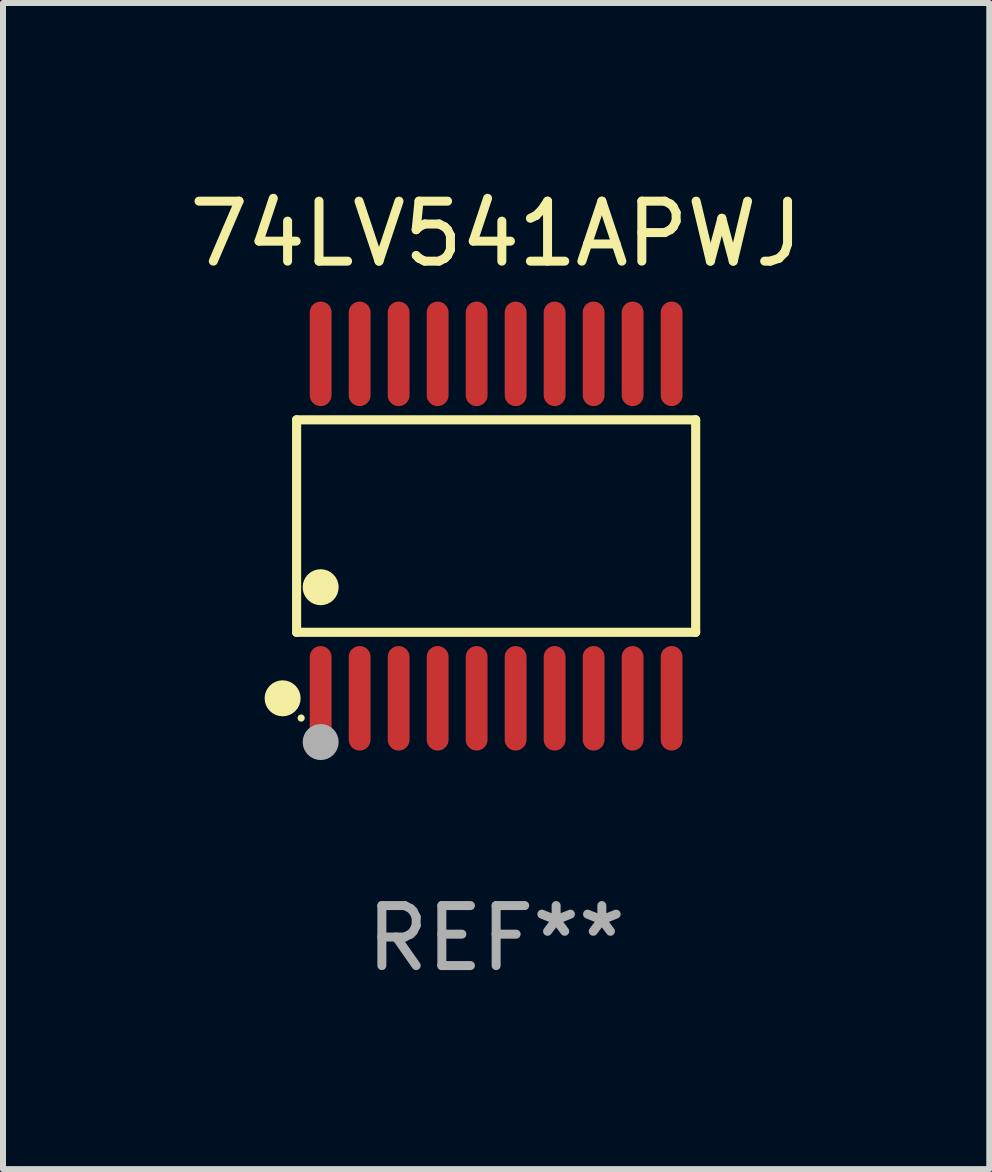
<source format=kicad_pcb>
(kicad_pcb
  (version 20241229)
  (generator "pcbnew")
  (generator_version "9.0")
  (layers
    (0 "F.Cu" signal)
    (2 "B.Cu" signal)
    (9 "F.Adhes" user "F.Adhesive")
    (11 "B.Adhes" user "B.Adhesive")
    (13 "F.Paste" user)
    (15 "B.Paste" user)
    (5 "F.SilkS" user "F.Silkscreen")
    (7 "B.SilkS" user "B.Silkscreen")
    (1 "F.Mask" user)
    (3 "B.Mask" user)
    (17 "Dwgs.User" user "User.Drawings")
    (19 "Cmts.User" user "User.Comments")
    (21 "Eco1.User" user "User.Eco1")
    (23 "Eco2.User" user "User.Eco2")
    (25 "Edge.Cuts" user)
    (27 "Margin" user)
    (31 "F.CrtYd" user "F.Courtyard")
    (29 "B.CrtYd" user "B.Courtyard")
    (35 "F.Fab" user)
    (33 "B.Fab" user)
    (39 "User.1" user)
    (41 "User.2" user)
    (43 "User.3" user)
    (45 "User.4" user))
  (footprint "74LV541APWJ"
    (layer "F.Cu")
    (at 5.22 5.719)
    (property "Reference" "74LV541APWJ" (at 0 -4.871 0) (layer "F.SilkS") (effects (font (size 1 1) (thickness 0.15))))
    (attr through_hole)
    (fp_line (start -3.326 -1.771) (end 3.326 -1.771) (stroke (width 0.152) (type solid)) (layer "F.SilkS"))
    (fp_line (start -3.326 1.771) (end -3.326 -1.771) (stroke (width 0.152) (type solid)) (layer "F.SilkS"))
    (fp_line (start 3.326 -1.771) (end 3.326 1.771) (stroke (width 0.152) (type solid)) (layer "F.SilkS"))
    (fp_line (start 3.326 1.771) (end -3.326 1.771) (stroke (width 0.152) (type solid)) (layer "F.SilkS"))
    (fp_circle (center -3.559 2.871) (end -3.409 2.871) (stroke (width 0.3) (type solid)) (fill no) (layer "F.SilkS"))
    (fp_circle (center -3.25 3.2) (end -3.22 3.2) (stroke (width 0.06) (type solid)) (fill no) (layer "F.SilkS"))
    (fp_circle (center -2.925 1.019) (end -2.775 1.019) (stroke (width 0.3) (type solid)) (fill no) (layer "F.SilkS"))
    (fp_circle (center -2.925 3.6) (end -2.775 3.6) (stroke (width 0.3) (type solid)) (fill no) (layer "F.Fab"))
    (fp_text user "REF**" (at 0 6.871 0) (layer "F.Fab") (effects (font (size 1 1) (thickness 0.15))))
    (pad "1" smd oval (at -2.925 2.871) (size 0.364 1.742) (layers "F.Cu" "F.Mask" "F.Paste"))
    (pad "2" smd oval (at -2.275 2.871) (size 0.364 1.742) (layers "F.Cu" "F.Mask" "F.Paste"))
    (pad "3" smd oval (at -1.625 2.871) (size 0.364 1.742) (layers "F.Cu" "F.Mask" "F.Paste"))
    (pad "4" smd oval (at -0.975 2.871) (size 0.364 1.742) (layers "F.Cu" "F.Mask" "F.Paste"))
    (pad "5" smd oval (at -0.325 2.871) (size 0.364 1.742) (layers "F.Cu" "F.Mask" "F.Paste"))
    (pad "6" smd oval (at 0.325 2.871) (size 0.364 1.742) (layers "F.Cu" "F.Mask" "F.Paste"))
    (pad "7" smd oval (at 0.975 2.871) (size 0.364 1.742) (layers "F.Cu" "F.Mask" "F.Paste"))
    (pad "8" smd oval (at 1.625 2.871) (size 0.364 1.742) (layers "F.Cu" "F.Mask" "F.Paste"))
    (pad "9" smd oval (at 2.275 2.871) (size 0.364 1.742) (layers "F.Cu" "F.Mask" "F.Paste"))
    (pad "10" smd oval (at 2.925 2.871) (size 0.364 1.742) (layers "F.Cu" "F.Mask" "F.Paste"))
    (pad "11" smd oval (at 2.925 -2.871) (size 0.364 1.742) (layers "F.Cu" "F.Mask" "F.Paste"))
    (pad "12" smd oval (at 2.275 -2.871) (size 0.364 1.742) (layers "F.Cu" "F.Mask" "F.Paste"))
    (pad "13" smd oval (at 1.625 -2.871) (size 0.364 1.742) (layers "F.Cu" "F.Mask" "F.Paste"))
    (pad "14" smd oval (at 0.975 -2.871) (size 0.364 1.742) (layers "F.Cu" "F.Mask" "F.Paste"))
    (pad "15" smd oval (at 0.325 -2.871) (size 0.364 1.742) (layers "F.Cu" "F.Mask" "F.Paste"))
    (pad "16" smd oval (at -0.325 -2.871) (size 0.364 1.742) (layers "F.Cu" "F.Mask" "F.Paste"))
    (pad "17" smd oval (at -0.975 -2.871) (size 0.364 1.742) (layers "F.Cu" "F.Mask" "F.Paste"))
    (pad "18" smd oval (at -1.625 -2.871) (size 0.364 1.742) (layers "F.Cu" "F.Mask" "F.Paste"))
    (pad "19" smd oval (at -2.275 -2.871) (size 0.364 1.742) (layers "F.Cu" "F.Mask" "F.Paste"))
    (pad "20" smd oval (at -2.925 -2.871) (size 0.364 1.742) (layers "F.Cu" "F.Mask" "F.Paste")))
  (gr_rect
    (start -3 -3)
    (end 13.44 16.438)
    (stroke (width 0.1) (type default))
    (fill no)
    (layer "Edge.Cuts")))
</source>
